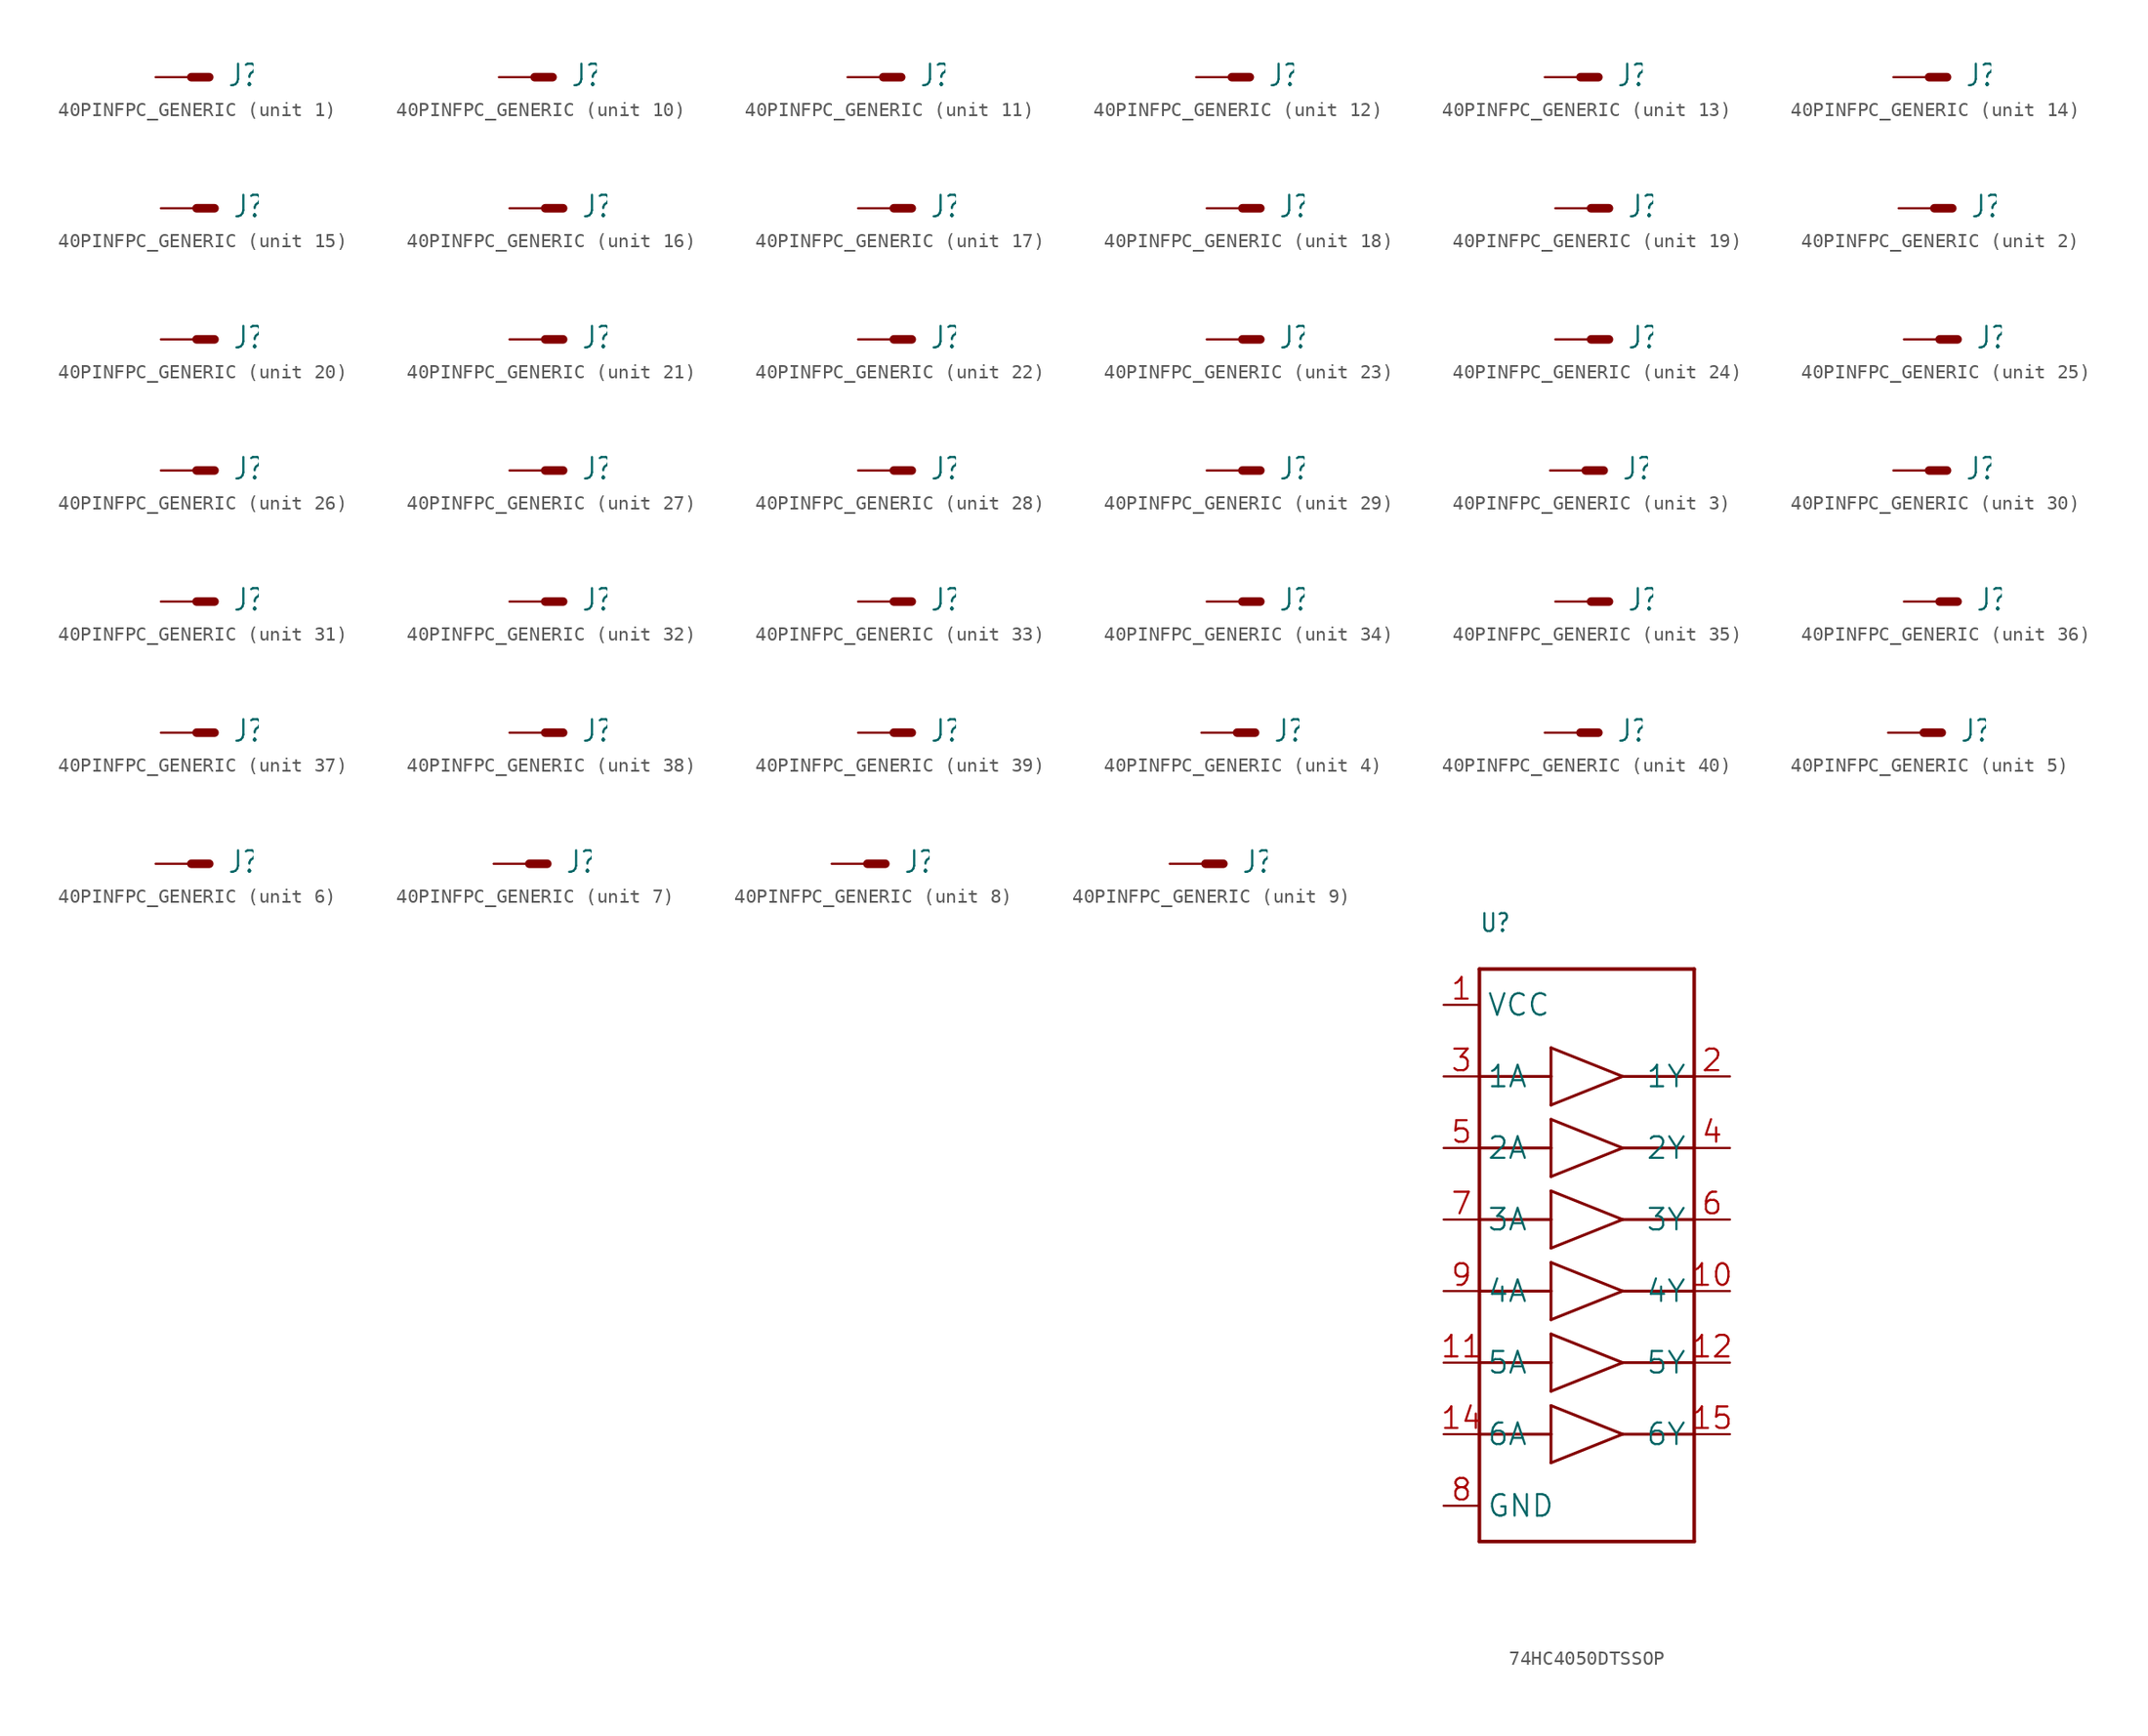
<source format=kicad_sym>
(kicad_symbol_lib
  (version 20241209)
  (generator "kicad_symbol_editor")
  (generator_version "9.0")
  (symbol "40PINFPC_GENERIC"
    (property "Reference" "J"
      (at 2.54 -0.762 0)
      (effects (font (size 1.524 1.295)) (justify left bottom)))
    (property "ki_locked" ""
      (at 0 0 0)
      (effects (font (size 1.27 1.27))))
    (symbol "40PINFPC_GENERIC_1_0"
      (polyline (pts (xy 0 0) (xy 1.27 0)) (stroke (width 0.61) (type solid)) (fill (type none)))
      (pin passive line (at -2.54 0 0) (length 2.54) (name "MSV" (effects (font (size 0 0)))) (number "1" (effects (font (size 0 0))))))
    (symbol "40PINFPC_GENERIC_2_0"
      (polyline (pts (xy 0 0) (xy 1.27 0)) (stroke (width 0.61) (type solid)) (fill (type none)))
      (pin passive line (at -2.54 0 0) (length 2.54) (name "MS" (effects (font (size 0 0)))) (number "10" (effects (font (size 0 0))))))
    (symbol "40PINFPC_GENERIC_3_0"
      (polyline (pts (xy 0 0) (xy 1.27 0)) (stroke (width 0.61) (type solid)) (fill (type none)))
      (pin passive line (at -2.54 0 0) (length 2.54) (name "MS" (effects (font (size 0 0)))) (number "11" (effects (font (size 0 0))))))
    (symbol "40PINFPC_GENERIC_4_0"
      (polyline (pts (xy 0 0) (xy 1.27 0)) (stroke (width 0.61) (type solid)) (fill (type none)))
      (pin passive line (at -2.54 0 0) (length 2.54) (name "MS" (effects (font (size 0 0)))) (number "12" (effects (font (size 0 0))))))
    (symbol "40PINFPC_GENERIC_5_0"
      (polyline (pts (xy 0 0) (xy 1.27 0)) (stroke (width 0.61) (type solid)) (fill (type none)))
      (pin passive line (at -2.54 0 0) (length 2.54) (name "MS" (effects (font (size 0 0)))) (number "13" (effects (font (size 0 0))))))
    (symbol "40PINFPC_GENERIC_6_0"
      (polyline (pts (xy 0 0) (xy 1.27 0)) (stroke (width 0.61) (type solid)) (fill (type none)))
      (pin passive line (at -2.54 0 0) (length 2.54) (name "MS" (effects (font (size 0 0)))) (number "14" (effects (font (size 0 0))))))
    (symbol "40PINFPC_GENERIC_7_0"
      (polyline (pts (xy 0 0) (xy 1.27 0)) (stroke (width 0.61) (type solid)) (fill (type none)))
      (pin passive line (at -2.54 0 0) (length 2.54) (name "MS" (effects (font (size 0 0)))) (number "15" (effects (font (size 0 0))))))
    (symbol "40PINFPC_GENERIC_8_0"
      (polyline (pts (xy 0 0) (xy 1.27 0)) (stroke (width 0.61) (type solid)) (fill (type none)))
      (pin passive line (at -2.54 0 0) (length 2.54) (name "MS" (effects (font (size 0 0)))) (number "16" (effects (font (size 0 0))))))
    (symbol "40PINFPC_GENERIC_9_0"
      (polyline (pts (xy 0 0) (xy 1.27 0)) (stroke (width 0.61) (type solid)) (fill (type none)))
      (pin passive line (at -2.54 0 0) (length 2.54) (name "MS" (effects (font (size 0 0)))) (number "17" (effects (font (size 0 0))))))
    (symbol "40PINFPC_GENERIC_10_0"
      (polyline (pts (xy 0 0) (xy 1.27 0)) (stroke (width 0.61) (type solid)) (fill (type none)))
      (pin passive line (at -2.54 0 0) (length 2.54) (name "MS" (effects (font (size 0 0)))) (number "18" (effects (font (size 0 0))))))
    (symbol "40PINFPC_GENERIC_11_0"
      (polyline (pts (xy 0 0) (xy 1.27 0)) (stroke (width 0.61) (type solid)) (fill (type none)))
      (pin passive line (at -2.54 0 0) (length 2.54) (name "MS" (effects (font (size 0 0)))) (number "19" (effects (font (size 0 0))))))
    (symbol "40PINFPC_GENERIC_12_0"
      (polyline (pts (xy 0 0) (xy 1.27 0)) (stroke (width 0.61) (type solid)) (fill (type none)))
      (pin passive line (at -2.54 0 0) (length 2.54) (name "MS" (effects (font (size 0 0)))) (number "2" (effects (font (size 0 0))))))
    (symbol "40PINFPC_GENERIC_13_0"
      (polyline (pts (xy 0 0) (xy 1.27 0)) (stroke (width 0.61) (type solid)) (fill (type none)))
      (pin passive line (at -2.54 0 0) (length 2.54) (name "MS" (effects (font (size 0 0)))) (number "20" (effects (font (size 0 0))))))
    (symbol "40PINFPC_GENERIC_14_0"
      (polyline (pts (xy 0 0) (xy 1.27 0)) (stroke (width 0.61) (type solid)) (fill (type none)))
      (pin passive line (at -2.54 0 0) (length 2.54) (name "MS" (effects (font (size 0 0)))) (number "21" (effects (font (size 0 0))))))
    (symbol "40PINFPC_GENERIC_15_0"
      (polyline (pts (xy 0 0) (xy 1.27 0)) (stroke (width 0.61) (type solid)) (fill (type none)))
      (pin passive line (at -2.54 0 0) (length 2.54) (name "MS" (effects (font (size 0 0)))) (number "22" (effects (font (size 0 0))))))
    (symbol "40PINFPC_GENERIC_16_0"
      (polyline (pts (xy 0 0) (xy 1.27 0)) (stroke (width 0.61) (type solid)) (fill (type none)))
      (pin passive line (at -2.54 0 0) (length 2.54) (name "MS" (effects (font (size 0 0)))) (number "23" (effects (font (size 0 0))))))
    (symbol "40PINFPC_GENERIC_17_0"
      (polyline (pts (xy 0 0) (xy 1.27 0)) (stroke (width 0.61) (type solid)) (fill (type none)))
      (pin passive line (at -2.54 0 0) (length 2.54) (name "MS" (effects (font (size 0 0)))) (number "24" (effects (font (size 0 0))))))
    (symbol "40PINFPC_GENERIC_18_0"
      (polyline (pts (xy 0 0) (xy 1.27 0)) (stroke (width 0.61) (type solid)) (fill (type none)))
      (pin passive line (at -2.54 0 0) (length 2.54) (name "MS" (effects (font (size 0 0)))) (number "25" (effects (font (size 0 0))))))
    (symbol "40PINFPC_GENERIC_19_0"
      (polyline (pts (xy 0 0) (xy 1.27 0)) (stroke (width 0.61) (type solid)) (fill (type none)))
      (pin passive line (at -2.54 0 0) (length 2.54) (name "MS" (effects (font (size 0 0)))) (number "26" (effects (font (size 0 0))))))
    (symbol "40PINFPC_GENERIC_20_0"
      (polyline (pts (xy 0 0) (xy 1.27 0)) (stroke (width 0.61) (type solid)) (fill (type none)))
      (pin passive line (at -2.54 0 0) (length 2.54) (name "MS" (effects (font (size 0 0)))) (number "27" (effects (font (size 0 0))))))
    (symbol "40PINFPC_GENERIC_21_0"
      (polyline (pts (xy 0 0) (xy 1.27 0)) (stroke (width 0.61) (type solid)) (fill (type none)))
      (pin passive line (at -2.54 0 0) (length 2.54) (name "MS" (effects (font (size 0 0)))) (number "28" (effects (font (size 0 0))))))
    (symbol "40PINFPC_GENERIC_22_0"
      (polyline (pts (xy 0 0) (xy 1.27 0)) (stroke (width 0.61) (type solid)) (fill (type none)))
      (pin passive line (at -2.54 0 0) (length 2.54) (name "MS" (effects (font (size 0 0)))) (number "29" (effects (font (size 0 0))))))
    (symbol "40PINFPC_GENERIC_23_0"
      (polyline (pts (xy 0 0) (xy 1.27 0)) (stroke (width 0.61) (type solid)) (fill (type none)))
      (pin passive line (at -2.54 0 0) (length 2.54) (name "MS" (effects (font (size 0 0)))) (number "3" (effects (font (size 0 0))))))
    (symbol "40PINFPC_GENERIC_24_0"
      (polyline (pts (xy 0 0) (xy 1.27 0)) (stroke (width 0.61) (type solid)) (fill (type none)))
      (pin passive line (at -2.54 0 0) (length 2.54) (name "MS" (effects (font (size 0 0)))) (number "30" (effects (font (size 0 0))))))
    (symbol "40PINFPC_GENERIC_25_0"
      (polyline (pts (xy 0 0) (xy 1.27 0)) (stroke (width 0.61) (type solid)) (fill (type none)))
      (pin passive line (at -2.54 0 0) (length 2.54) (name "MS" (effects (font (size 0 0)))) (number "31" (effects (font (size 0 0))))))
    (symbol "40PINFPC_GENERIC_26_0"
      (polyline (pts (xy 0 0) (xy 1.27 0)) (stroke (width 0.61) (type solid)) (fill (type none)))
      (pin passive line (at -2.54 0 0) (length 2.54) (name "MS" (effects (font (size 0 0)))) (number "32" (effects (font (size 0 0))))))
    (symbol "40PINFPC_GENERIC_27_0"
      (polyline (pts (xy 0 0) (xy 1.27 0)) (stroke (width 0.61) (type solid)) (fill (type none)))
      (pin passive line (at -2.54 0 0) (length 2.54) (name "MS" (effects (font (size 0 0)))) (number "33" (effects (font (size 0 0))))))
    (symbol "40PINFPC_GENERIC_28_0"
      (polyline (pts (xy 0 0) (xy 1.27 0)) (stroke (width 0.61) (type solid)) (fill (type none)))
      (pin passive line (at -2.54 0 0) (length 2.54) (name "MS" (effects (font (size 0 0)))) (number "34" (effects (font (size 0 0))))))
    (symbol "40PINFPC_GENERIC_29_0"
      (polyline (pts (xy 0 0) (xy 1.27 0)) (stroke (width 0.61) (type solid)) (fill (type none)))
      (pin passive line (at -2.54 0 0) (length 2.54) (name "MS" (effects (font (size 0 0)))) (number "35" (effects (font (size 0 0))))))
    (symbol "40PINFPC_GENERIC_30_0"
      (polyline (pts (xy 0 0) (xy 1.27 0)) (stroke (width 0.61) (type solid)) (fill (type none)))
      (pin passive line (at -2.54 0 0) (length 2.54) (name "MS" (effects (font (size 0 0)))) (number "36" (effects (font (size 0 0))))))
    (symbol "40PINFPC_GENERIC_31_0"
      (polyline (pts (xy 0 0) (xy 1.27 0)) (stroke (width 0.61) (type solid)) (fill (type none)))
      (pin passive line (at -2.54 0 0) (length 2.54) (name "MS" (effects (font (size 0 0)))) (number "37" (effects (font (size 0 0))))))
    (symbol "40PINFPC_GENERIC_32_0"
      (polyline (pts (xy 0 0) (xy 1.27 0)) (stroke (width 0.61) (type solid)) (fill (type none)))
      (pin passive line (at -2.54 0 0) (length 2.54) (name "MS" (effects (font (size 0 0)))) (number "38" (effects (font (size 0 0))))))
    (symbol "40PINFPC_GENERIC_33_0"
      (polyline (pts (xy 0 0) (xy 1.27 0)) (stroke (width 0.61) (type solid)) (fill (type none)))
      (pin passive line (at -2.54 0 0) (length 2.54) (name "MS" (effects (font (size 0 0)))) (number "39" (effects (font (size 0 0))))))
    (symbol "40PINFPC_GENERIC_34_0"
      (polyline (pts (xy 0 0) (xy 1.27 0)) (stroke (width 0.61) (type solid)) (fill (type none)))
      (pin passive line (at -2.54 0 0) (length 2.54) (name "MS" (effects (font (size 0 0)))) (number "4" (effects (font (size 0 0))))))
    (symbol "40PINFPC_GENERIC_35_0"
      (polyline (pts (xy 0 0) (xy 1.27 0)) (stroke (width 0.61) (type solid)) (fill (type none)))
      (pin passive line (at -2.54 0 0) (length 2.54) (name "MS" (effects (font (size 0 0)))) (number "40" (effects (font (size 0 0))))))
    (symbol "40PINFPC_GENERIC_36_0"
      (polyline (pts (xy 0 0) (xy 1.27 0)) (stroke (width 0.61) (type solid)) (fill (type none)))
      (pin passive line (at -2.54 0 0) (length 2.54) (name "MS" (effects (font (size 0 0)))) (number "5" (effects (font (size 0 0))))))
    (symbol "40PINFPC_GENERIC_37_0"
      (polyline (pts (xy 0 0) (xy 1.27 0)) (stroke (width 0.61) (type solid)) (fill (type none)))
      (pin passive line (at -2.54 0 0) (length 2.54) (name "MS" (effects (font (size 0 0)))) (number "6" (effects (font (size 0 0))))))
    (symbol "40PINFPC_GENERIC_38_0"
      (polyline (pts (xy 0 0) (xy 1.27 0)) (stroke (width 0.61) (type solid)) (fill (type none)))
      (pin passive line (at -2.54 0 0) (length 2.54) (name "MS" (effects (font (size 0 0)))) (number "7" (effects (font (size 0 0))))))
    (symbol "40PINFPC_GENERIC_39_0"
      (polyline (pts (xy 0 0) (xy 1.27 0)) (stroke (width 0.61) (type solid)) (fill (type none)))
      (pin passive line (at -2.54 0 0) (length 2.54) (name "MS" (effects (font (size 0 0)))) (number "8" (effects (font (size 0 0))))))
    (symbol "40PINFPC_GENERIC_40_0"
      (polyline (pts (xy 0 0) (xy 1.27 0)) (stroke (width 0.61) (type solid)) (fill (type none)))
      (pin passive line (at -2.54 0 0) (length 2.54) (name "MS" (effects (font (size 0 0)))) (number "9" (effects (font (size 0 0)))))))
  (symbol "74HC4050DTSSOP"
    (property "Reference" "U"
      (at -7.62 22.86 0)
      (effects (font (size 1.27 1.079)) (justify left bottom)))
    (property "Value" ""
      (at -7.62 -22.86 0)
      (effects (font (size 1.27 1.079)) (justify left bottom)))
    (property "ki_locked" ""
      (at 0 0 0)
      (effects (font (size 1.27 1.27))))
    (symbol "74HC4050DTSSOP_1_0"
      (polyline (pts (xy -7.62 20.32) (xy 7.62 20.32)) (stroke (width 0.254) (type solid)) (fill (type none)))
      (polyline (pts (xy -7.62 12.7) (xy -2.54 12.7)) (stroke (width 0.203) (type solid)) (fill (type none)))
      (polyline (pts (xy -7.62 7.62) (xy -2.54 7.62)) (stroke (width 0.203) (type solid)) (fill (type none)))
      (polyline (pts (xy -7.62 2.54) (xy -2.54 2.54)) (stroke (width 0.203) (type solid)) (fill (type none)))
      (polyline (pts (xy -7.62 -2.54) (xy -2.54 -2.54)) (stroke (width 0.203) (type solid)) (fill (type none)))
      (polyline (pts (xy -7.62 -7.62) (xy -2.54 -7.62)) (stroke (width 0.203) (type solid)) (fill (type none)))
      (polyline (pts (xy -7.62 -12.7) (xy -2.54 -12.7)) (stroke (width 0.203) (type solid)) (fill (type none)))
      (polyline (pts (xy -7.62 -20.32) (xy -7.62 20.32)) (stroke (width 0.254) (type solid)) (fill (type none)))
      (polyline (pts (xy -2.54 12.7) (xy -2.54 14.732)) (stroke (width 0.203) (type solid)) (fill (type none)))
      (polyline (pts (xy -2.54 10.668) (xy -2.54 12.7)) (stroke (width 0.203) (type solid)) (fill (type none)))
      (polyline (pts (xy -2.54 10.668) (xy 2.54 12.7)) (stroke (width 0.203) (type solid)) (fill (type none)))
      (polyline (pts (xy -2.54 7.62) (xy -2.54 9.652)) (stroke (width 0.203) (type solid)) (fill (type none)))
      (polyline (pts (xy -2.54 5.588) (xy -2.54 7.62)) (stroke (width 0.203) (type solid)) (fill (type none)))
      (polyline (pts (xy -2.54 5.588) (xy 2.54 7.62)) (stroke (width 0.203) (type solid)) (fill (type none)))
      (polyline (pts (xy -2.54 2.54) (xy -2.54 4.572)) (stroke (width 0.203) (type solid)) (fill (type none)))
      (polyline (pts (xy -2.54 0.508) (xy -2.54 2.54)) (stroke (width 0.203) (type solid)) (fill (type none)))
      (polyline (pts (xy -2.54 0.508) (xy 2.54 2.54)) (stroke (width 0.203) (type solid)) (fill (type none)))
      (polyline (pts (xy -2.54 -2.54) (xy -2.54 -0.508)) (stroke (width 0.203) (type solid)) (fill (type none)))
      (polyline (pts (xy -2.54 -4.572) (xy -2.54 -2.54)) (stroke (width 0.203) (type solid)) (fill (type none)))
      (polyline (pts (xy -2.54 -4.572) (xy 2.54 -2.54)) (stroke (width 0.203) (type solid)) (fill (type none)))
      (polyline (pts (xy -2.54 -7.62) (xy -2.54 -5.588)) (stroke (width 0.203) (type solid)) (fill (type none)))
      (polyline (pts (xy -2.54 -9.652) (xy -2.54 -7.62)) (stroke (width 0.203) (type solid)) (fill (type none)))
      (polyline (pts (xy -2.54 -9.652) (xy 2.54 -7.62)) (stroke (width 0.203) (type solid)) (fill (type none)))
      (polyline (pts (xy -2.54 -12.7) (xy -2.54 -10.668)) (stroke (width 0.203) (type solid)) (fill (type none)))
      (polyline (pts (xy -2.54 -14.732) (xy -2.54 -12.7)) (stroke (width 0.203) (type solid)) (fill (type none)))
      (polyline (pts (xy -2.54 -14.732) (xy 2.54 -12.7)) (stroke (width 0.203) (type solid)) (fill (type none)))
      (polyline (pts (xy 2.54 12.7) (xy -2.54 14.732)) (stroke (width 0.203) (type solid)) (fill (type none)))
      (polyline (pts (xy 2.54 12.7) (xy 7.62 12.7)) (stroke (width 0.203) (type solid)) (fill (type none)))
      (polyline (pts (xy 2.54 7.62) (xy -2.54 9.652)) (stroke (width 0.203) (type solid)) (fill (type none)))
      (polyline (pts (xy 2.54 7.62) (xy 7.62 7.62)) (stroke (width 0.203) (type solid)) (fill (type none)))
      (polyline (pts (xy 2.54 2.54) (xy -2.54 4.572)) (stroke (width 0.203) (type solid)) (fill (type none)))
      (polyline (pts (xy 2.54 2.54) (xy 7.62 2.54)) (stroke (width 0.203) (type solid)) (fill (type none)))
      (polyline (pts (xy 2.54 -2.54) (xy -2.54 -0.508)) (stroke (width 0.203) (type solid)) (fill (type none)))
      (polyline (pts (xy 2.54 -2.54) (xy 7.62 -2.54)) (stroke (width 0.203) (type solid)) (fill (type none)))
      (polyline (pts (xy 2.54 -7.62) (xy -2.54 -5.588)) (stroke (width 0.203) (type solid)) (fill (type none)))
      (polyline (pts (xy 2.54 -7.62) (xy 7.62 -7.62)) (stroke (width 0.203) (type solid)) (fill (type none)))
      (polyline (pts (xy 2.54 -12.7) (xy -2.54 -10.668)) (stroke (width 0.203) (type solid)) (fill (type none)))
      (polyline (pts (xy 2.54 -12.7) (xy 7.62 -12.7)) (stroke (width 0.203) (type solid)) (fill (type none)))
      (polyline (pts (xy 7.62 20.32) (xy 7.62 12.7)) (stroke (width 0.254) (type solid)) (fill (type none)))
      (polyline (pts (xy 7.62 12.7) (xy 7.62 -20.32)) (stroke (width 0.254) (type solid)) (fill (type none)))
      (polyline (pts (xy 7.62 -20.32) (xy -7.62 -20.32)) (stroke (width 0.254) (type solid)) (fill (type none)))
      (pin bidirectional line (at -10.16 17.78 0) (length 2.54) (name "VCC" (effects (font (size 1.524 1.524)))) (number "1" (effects (font (size 1.524 1.524)))))
      (pin bidirectional line (at -10.16 12.7 0) (length 2.54) (name "1A" (effects (font (size 1.524 1.524)))) (number "3" (effects (font (size 1.524 1.524)))))
      (pin bidirectional line (at -10.16 7.62 0) (length 2.54) (name "2A" (effects (font (size 1.524 1.524)))) (number "5" (effects (font (size 1.524 1.524)))))
      (pin bidirectional line (at -10.16 2.54 0) (length 2.54) (name "3A" (effects (font (size 1.524 1.524)))) (number "7" (effects (font (size 1.524 1.524)))))
      (pin bidirectional line (at -10.16 -2.54 0) (length 2.54) (name "4A" (effects (font (size 1.524 1.524)))) (number "9" (effects (font (size 1.524 1.524)))))
      (pin bidirectional line (at -10.16 -7.62 0) (length 2.54) (name "5A" (effects (font (size 1.524 1.524)))) (number "11" (effects (font (size 1.524 1.524)))))
      (pin bidirectional line (at -10.16 -12.7 0) (length 2.54) (name "6A" (effects (font (size 1.524 1.524)))) (number "14" (effects (font (size 1.524 1.524)))))
      (pin bidirectional line (at -10.16 -17.78 0) (length 2.54) (name "GND" (effects (font (size 1.524 1.524)))) (number "8" (effects (font (size 1.524 1.524)))))
      (pin bidirectional line (at 10.16 12.7 180) (length 2.54) (name "1Y" (effects (font (size 1.524 1.524)))) (number "2" (effects (font (size 1.524 1.524)))))
      (pin bidirectional line (at 10.16 7.62 180) (length 2.54) (name "2Y" (effects (font (size 1.524 1.524)))) (number "4" (effects (font (size 1.524 1.524)))))
      (pin bidirectional line (at 10.16 2.54 180) (length 2.54) (name "3Y" (effects (font (size 1.524 1.524)))) (number "6" (effects (font (size 1.524 1.524)))))
      (pin bidirectional line (at 10.16 -2.54 180) (length 2.54) (name "4Y" (effects (font (size 1.524 1.524)))) (number "10" (effects (font (size 1.524 1.524)))))
      (pin bidirectional line (at 10.16 -7.62 180) (length 2.54) (name "5Y" (effects (font (size 1.524 1.524)))) (number "12" (effects (font (size 1.524 1.524)))))
      (pin bidirectional line (at 10.16 -12.7 180) (length 2.54) (name "6Y" (effects (font (size 1.524 1.524)))) (number "15" (effects (font (size 1.524 1.524))))))))
</source>
